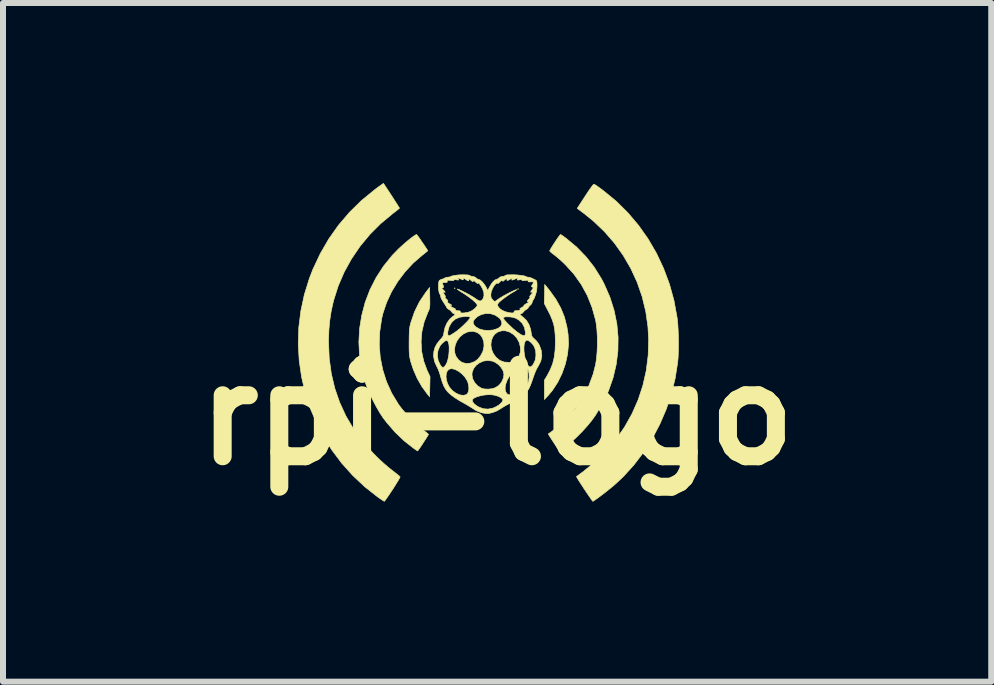
<source format=kicad_pcb>
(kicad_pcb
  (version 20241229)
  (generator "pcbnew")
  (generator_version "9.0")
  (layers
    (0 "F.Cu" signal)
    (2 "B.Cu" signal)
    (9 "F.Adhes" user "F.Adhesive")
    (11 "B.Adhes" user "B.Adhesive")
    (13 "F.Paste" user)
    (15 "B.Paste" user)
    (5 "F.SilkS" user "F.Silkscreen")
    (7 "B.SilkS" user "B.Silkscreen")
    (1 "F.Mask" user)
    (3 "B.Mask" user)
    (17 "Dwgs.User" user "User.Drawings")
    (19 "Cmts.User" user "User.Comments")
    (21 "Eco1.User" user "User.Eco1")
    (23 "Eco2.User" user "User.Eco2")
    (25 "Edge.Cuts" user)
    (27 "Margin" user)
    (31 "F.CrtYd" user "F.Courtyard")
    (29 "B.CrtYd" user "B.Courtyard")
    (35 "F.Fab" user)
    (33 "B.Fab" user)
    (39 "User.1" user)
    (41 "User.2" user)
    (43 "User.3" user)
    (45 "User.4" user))
  (footprint "rpi-logo"
    (layer "F.Cu")
    (at 5.092 2.622)
    (property "Reference" "rpi-logo" (at 0.14 1.24 0) (layer "F.SilkS") (effects (font (size 1.524 1.524) (thickness 0.3))))
    (attr through_hole)
    (fp_poly (pts (xy -0.559 -0.87) (xy -0.565 -0.864) (xy -0.572 -0.87) (xy -0.565 -0.876) (xy -0.559 -0.87)) (stroke (width 0.01) (type solid)) (fill yes) (layer "F.SilkS"))
    (fp_poly (pts (xy 0.495 -0.857) (xy 0.489 -0.851) (xy 0.483 -0.857) (xy 0.489 -0.864) (xy 0.495 -0.857)) (stroke (width 0.01) (type solid)) (fill yes) (layer "F.SilkS"))
    (fp_poly (pts (xy 1.017 -0.829) (xy 1.12 -0.685) (xy 1.201 -0.54) (xy 1.262 -0.389) (xy 1.303 -0.228) (xy 1.323 -0.099) (xy 1.33 0.06) (xy 1.315 0.224) (xy 1.279 0.388) (xy 1.223 0.548) (xy 1.15 0.698) (xy 1.06 0.835) (xy 0.99 0.918) (xy 0.928 0.984) (xy 0.928 0.824) (xy 0.927 0.663) (xy 0.972 0.59) (xy 1.025 0.489) (xy 1.065 0.39) (xy 1.091 0.285) (xy 1.106 0.168) (xy 1.111 0.034) (xy 1.111 0.025) (xy 1.108 -0.086) (xy 1.1 -0.179) (xy 1.085 -0.262) (xy 1.06 -0.341) (xy 1.025 -0.424) (xy 0.989 -0.495) (xy 0.926 -0.616) (xy 0.93 -0.775) (xy 0.933 -0.933) (xy 1.017 -0.829)) (stroke (width 0.01) (type solid)) (fill yes) (layer "F.SilkS"))
    (fp_poly (pts (xy -0.981 -0.714) (xy -0.98 -0.645) (xy -0.98 -0.595) (xy -0.983 -0.559) (xy -0.988 -0.529) (xy -0.998 -0.502) (xy -1.013 -0.469) (xy -1.014 -0.466) (xy -1.075 -0.309) (xy -1.113 -0.146) (xy -1.126 0.019) (xy -1.117 0.183) (xy -1.083 0.344) (xy -1.026 0.499) (xy -1.022 0.508) (xy -0.977 0.603) (xy -0.981 0.771) (xy -0.984 0.938) (xy -1.024 0.891) (xy -1.113 0.769) (xy -1.192 0.63) (xy -1.257 0.481) (xy -1.298 0.356) (xy -1.309 0.312) (xy -1.317 0.272) (xy -1.322 0.229) (xy -1.325 0.177) (xy -1.326 0.112) (xy -1.326 0.028) (xy -1.326 0.025) (xy -1.325 -0.062) (xy -1.323 -0.13) (xy -1.32 -0.183) (xy -1.314 -0.228) (xy -1.305 -0.269) (xy -1.298 -0.294) (xy -1.236 -0.476) (xy -1.154 -0.643) (xy -1.05 -0.798) (xy -1.041 -0.81) (xy -0.984 -0.883) (xy -0.981 -0.714)) (stroke (width 0.01) (type solid)) (fill yes) (layer "F.SilkS"))
    (fp_poly (pts (xy 1.21 -1.758) (xy 1.238 -1.739) (xy 1.276 -1.712) (xy 1.292 -1.7) (xy 1.468 -1.553) (xy 1.622 -1.394) (xy 1.758 -1.221) (xy 1.877 -1.03) (xy 1.924 -0.94) (xy 2.019 -0.723) (xy 2.089 -0.502) (xy 2.135 -0.278) (xy 2.156 -0.052) (xy 2.153 0.173) (xy 2.125 0.398) (xy 2.073 0.62) (xy 1.997 0.838) (xy 1.897 1.05) (xy 1.777 1.25) (xy 1.714 1.337) (xy 1.639 1.428) (xy 1.556 1.52) (xy 1.468 1.608) (xy 1.381 1.689) (xy 1.299 1.757) (xy 1.225 1.809) (xy 1.211 1.818) (xy 1.175 1.839) (xy 1.082 1.699) (xy 1.048 1.648) (xy 1.02 1.604) (xy 1.001 1.573) (xy 0.993 1.558) (xy 0.993 1.557) (xy 1.029 1.533) (xy 1.079 1.495) (xy 1.136 1.447) (xy 1.196 1.394) (xy 1.255 1.34) (xy 1.306 1.29) (xy 1.311 1.284) (xy 1.453 1.12) (xy 1.57 0.946) (xy 1.666 0.761) (xy 1.739 0.564) (xy 1.78 0.406) (xy 1.796 0.307) (xy 1.806 0.192) (xy 1.811 0.068) (xy 1.81 -0.058) (xy 1.803 -0.179) (xy 1.79 -0.286) (xy 1.781 -0.339) (xy 1.722 -0.55) (xy 1.643 -0.748) (xy 1.542 -0.933) (xy 1.419 -1.106) (xy 1.273 -1.267) (xy 1.269 -1.27) (xy 1.218 -1.319) (xy 1.165 -1.366) (xy 1.117 -1.406) (xy 1.088 -1.429) (xy 1.052 -1.456) (xy 1.027 -1.478) (xy 1.016 -1.491) (xy 1.016 -1.492) (xy 1.023 -1.507) (xy 1.04 -1.537) (xy 1.065 -1.578) (xy 1.095 -1.624) (xy 1.126 -1.671) (xy 1.155 -1.713) (xy 1.178 -1.745) (xy 1.193 -1.763) (xy 1.196 -1.765) (xy 1.21 -1.758)) (stroke (width 0.01) (type solid)) (fill yes) (layer "F.SilkS"))
    (fp_poly (pts (xy -1.193 -1.756) (xy -1.173 -1.729) (xy -1.146 -1.692) (xy -1.116 -1.647) (xy -1.084 -1.601) (xy -1.055 -1.558) (xy -1.032 -1.523) (xy -1.018 -1.5) (xy -1.016 -1.494) (xy -1.025 -1.485) (xy -1.051 -1.464) (xy -1.087 -1.435) (xy -1.108 -1.419) (xy -1.258 -1.289) (xy -1.394 -1.142) (xy -1.515 -0.981) (xy -1.619 -0.81) (xy -1.702 -0.63) (xy -1.763 -0.448) (xy -1.783 -0.363) (xy -1.815 -0.147) (xy -1.823 0.068) (xy -1.807 0.279) (xy -1.766 0.486) (xy -1.703 0.686) (xy -1.616 0.878) (xy -1.506 1.06) (xy -1.489 1.084) (xy -1.439 1.149) (xy -1.375 1.222) (xy -1.304 1.298) (xy -1.229 1.372) (xy -1.158 1.437) (xy -1.095 1.489) (xy -1.083 1.498) (xy -1.045 1.527) (xy -1.017 1.55) (xy -1.004 1.564) (xy -1.003 1.565) (xy -1.01 1.578) (xy -1.027 1.607) (xy -1.052 1.646) (xy -1.082 1.692) (xy -1.112 1.739) (xy -1.141 1.782) (xy -1.165 1.816) (xy -1.18 1.837) (xy -1.185 1.841) (xy -1.196 1.834) (xy -1.221 1.817) (xy -1.245 1.801) (xy -1.405 1.676) (xy -1.558 1.53) (xy -1.699 1.368) (xy -1.76 1.288) (xy -1.811 1.211) (xy -1.866 1.117) (xy -1.921 1.013) (xy -1.972 0.907) (xy -2.018 0.804) (xy -2.052 0.713) (xy -2.057 0.7) (xy -2.116 0.478) (xy -2.152 0.253) (xy -2.163 0.028) (xy -2.151 -0.197) (xy -2.115 -0.418) (xy -2.058 -0.635) (xy -1.978 -0.845) (xy -1.876 -1.046) (xy -1.753 -1.236) (xy -1.61 -1.414) (xy -1.501 -1.526) (xy -1.449 -1.574) (xy -1.394 -1.623) (xy -1.339 -1.669) (xy -1.289 -1.709) (xy -1.246 -1.74) (xy -1.215 -1.76) (xy -1.202 -1.765) (xy -1.193 -1.756)) (stroke (width 0.01) (type solid)) (fill yes) (layer "F.SilkS"))
    (fp_poly (pts (xy -1.619 -2.413) (xy -1.578 -2.349) (xy -1.542 -2.293) (xy -1.513 -2.248) (xy -1.494 -2.217) (xy -1.486 -2.204) (xy -1.486 -2.204) (xy -1.495 -2.195) (xy -1.521 -2.174) (xy -1.559 -2.144) (xy -1.597 -2.115) (xy -1.798 -1.948) (xy -1.98 -1.766) (xy -2.143 -1.569) (xy -2.286 -1.359) (xy -2.408 -1.138) (xy -2.507 -0.908) (xy -2.583 -0.669) (xy -2.591 -0.637) (xy -2.625 -0.483) (xy -2.648 -0.333) (xy -2.662 -0.179) (xy -2.668 -0.011) (xy -2.668 0.032) (xy -2.657 0.298) (xy -2.622 0.553) (xy -2.564 0.798) (xy -2.483 1.033) (xy -2.379 1.259) (xy -2.251 1.475) (xy -2.099 1.682) (xy -1.923 1.881) (xy -1.871 1.933) (xy -1.81 1.992) (xy -1.741 2.055) (xy -1.672 2.114) (xy -1.612 2.162) (xy -1.607 2.166) (xy -1.558 2.204) (xy -1.517 2.236) (xy -1.489 2.26) (xy -1.476 2.273) (xy -1.476 2.273) (xy -1.481 2.287) (xy -1.498 2.317) (xy -1.524 2.36) (xy -1.556 2.412) (xy -1.592 2.469) (xy -1.63 2.526) (xy -1.665 2.579) (xy -1.697 2.625) (xy -1.721 2.659) (xy -1.736 2.678) (xy -1.739 2.68) (xy -1.753 2.673) (xy -1.782 2.654) (xy -1.822 2.627) (xy -1.849 2.608) (xy -2.065 2.438) (xy -2.267 2.248) (xy -2.452 2.041) (xy -2.618 1.819) (xy -2.764 1.584) (xy -2.851 1.416) (xy -2.964 1.152) (xy -3.053 0.884) (xy -3.117 0.612) (xy -3.157 0.337) (xy -3.173 0.061) (xy -3.164 -0.215) (xy -3.13 -0.489) (xy -3.072 -0.761) (xy -2.989 -1.029) (xy -2.928 -1.187) (xy -2.805 -1.448) (xy -2.663 -1.693) (xy -2.501 -1.922) (xy -2.319 -2.135) (xy -2.117 -2.333) (xy -1.895 -2.515) (xy -1.826 -2.566) (xy -1.753 -2.617) (xy -1.619 -2.413)) (stroke (width 0.01) (type solid)) (fill yes) (layer "F.SilkS"))
    (fp_poly (pts (xy 1.769 -2.596) (xy 1.8 -2.576) (xy 1.842 -2.546) (xy 1.893 -2.509) (xy 1.91 -2.496) (xy 2.123 -2.321) (xy 2.319 -2.127) (xy 2.497 -1.917) (xy 2.656 -1.692) (xy 2.795 -1.453) (xy 2.913 -1.202) (xy 3.011 -0.94) (xy 3.086 -0.669) (xy 3.137 -0.391) (xy 3.143 -0.352) (xy 3.151 -0.266) (xy 3.157 -0.162) (xy 3.161 -0.047) (xy 3.162 0.071) (xy 3.16 0.185) (xy 3.156 0.287) (xy 3.149 0.362) (xy 3.108 0.627) (xy 3.044 0.89) (xy 2.958 1.147) (xy 2.851 1.396) (xy 2.725 1.635) (xy 2.582 1.861) (xy 2.421 2.073) (xy 2.245 2.267) (xy 2.127 2.378) (xy 2.081 2.419) (xy 2.026 2.464) (xy 1.968 2.511) (xy 1.909 2.557) (xy 1.853 2.599) (xy 1.804 2.635) (xy 1.765 2.662) (xy 1.741 2.678) (xy 1.735 2.68) (xy 1.725 2.67) (xy 1.705 2.641) (xy 1.675 2.598) (xy 1.638 2.544) (xy 1.596 2.481) (xy 1.592 2.476) (xy 1.551 2.412) (xy 1.515 2.357) (xy 1.487 2.312) (xy 1.469 2.281) (xy 1.462 2.268) (xy 1.462 2.268) (xy 1.474 2.26) (xy 1.501 2.24) (xy 1.539 2.211) (xy 1.562 2.195) (xy 1.768 2.028) (xy 1.954 1.846) (xy 2.12 1.65) (xy 2.265 1.441) (xy 2.388 1.221) (xy 2.49 0.99) (xy 2.569 0.75) (xy 2.625 0.502) (xy 2.657 0.248) (xy 2.665 -0.012) (xy 2.653 -0.229) (xy 2.617 -0.482) (xy 2.557 -0.729) (xy 2.474 -0.968) (xy 2.368 -1.198) (xy 2.241 -1.417) (xy 2.093 -1.624) (xy 1.926 -1.816) (xy 1.74 -1.993) (xy 1.59 -2.114) (xy 1.475 -2.2) (xy 1.546 -2.309) (xy 1.609 -2.406) (xy 1.659 -2.482) (xy 1.698 -2.538) (xy 1.726 -2.576) (xy 1.745 -2.598) (xy 1.754 -2.603) (xy 1.769 -2.596)) (stroke (width 0.01) (type solid)) (fill yes) (layer "F.SilkS"))
    (fp_poly (pts (xy 0.425 -1.094) (xy 0.477 -1.091) (xy 0.529 -1.085) (xy 0.573 -1.079) (xy 0.605 -1.072) (xy 0.614 -1.067) (xy 0.636 -1.057) (xy 0.658 -1.054) (xy 0.69 -1.048) (xy 0.727 -1.034) (xy 0.728 -1.033) (xy 0.761 -1.016) (xy 0.786 -1.004) (xy 0.787 -1.003) (xy 0.799 -0.989) (xy 0.804 -0.959) (xy 0.805 -0.919) (xy 0.803 -0.873) (xy 0.799 -0.833) (xy 0.796 -0.815) (xy 0.779 -0.758) (xy 0.761 -0.709) (xy 0.743 -0.676) (xy 0.74 -0.672) (xy 0.726 -0.646) (xy 0.724 -0.632) (xy 0.715 -0.61) (xy 0.692 -0.587) (xy 0.692 -0.586) (xy 0.67 -0.565) (xy 0.66 -0.547) (xy 0.66 -0.547) (xy 0.65 -0.532) (xy 0.629 -0.518) (xy 0.597 -0.496) (xy 0.578 -0.474) (xy 0.557 -0.452) (xy 0.539 -0.445) (xy 0.522 -0.44) (xy 0.528 -0.425) (xy 0.556 -0.4) (xy 0.576 -0.385) (xy 0.629 -0.334) (xy 0.671 -0.265) (xy 0.699 -0.185) (xy 0.707 -0.134) (xy 0.714 -0.091) (xy 0.725 -0.062) (xy 0.747 -0.038) (xy 0.763 -0.024) (xy 0.797 0.01) (xy 0.83 0.055) (xy 0.844 0.08) (xy 0.877 0.17) (xy 0.885 0.257) (xy 0.869 0.342) (xy 0.827 0.427) (xy 0.819 0.438) (xy 0.796 0.48) (xy 0.771 0.537) (xy 0.747 0.602) (xy 0.736 0.635) (xy 0.715 0.696) (xy 0.692 0.755) (xy 0.67 0.802) (xy 0.657 0.823) (xy 0.63 0.857) (xy 0.595 0.892) (xy 0.558 0.923) (xy 0.526 0.945) (xy 0.505 0.953) (xy 0.489 0.96) (xy 0.462 0.978) (xy 0.447 0.99) (xy 0.408 1.017) (xy 0.359 1.046) (xy 0.33 1.06) (xy 0.278 1.088) (xy 0.223 1.121) (xy 0.199 1.137) (xy 0.136 1.174) (xy 0.066 1.201) (xy -0.00003 1.217) (xy -0.031 1.218) (xy -0.067 1.214) (xy -0.113 1.206) (xy -0.13 1.201) (xy -0.178 1.183) (xy -0.228 1.158) (xy -0.242 1.148) (xy -0.28 1.124) (xy -0.33 1.093) (xy -0.381 1.063) (xy -0.386 1.06) (xy -0.487 1.003) (xy -0.51 0.988) (xy -0.273 0.988) (xy -0.271 1.017) (xy -0.247 1.051) (xy -0.203 1.087) (xy -0.174 1.105) (xy -0.094 1.137) (xy -0.011 1.144) (xy 0.073 1.127) (xy 0.109 1.111) (xy 0.164 1.08) (xy 0.205 1.046) (xy 0.231 1.014) (xy 0.236 0.988) (xy 0.234 0.981) (xy 0.205 0.953) (xy 0.158 0.93) (xy 0.098 0.912) (xy 0.051 0.905) (xy -0.012 0.904) (xy -0.079 0.91) (xy -0.143 0.923) (xy -0.2 0.94) (xy -0.245 0.961) (xy -0.27 0.983) (xy -0.273 0.988) (xy -0.51 0.988) (xy -0.568 0.952) (xy -0.631 0.905) (xy -0.681 0.859) (xy -0.719 0.811) (xy -0.749 0.757) (xy -0.774 0.693) (xy -0.797 0.618) (xy -0.801 0.603) (xy -0.801 0.603) (xy -0.711 0.603) (xy -0.704 0.661) (xy -0.685 0.72) (xy -0.655 0.777) (xy -0.613 0.827) (xy -0.603 0.837) (xy -0.543 0.88) (xy -0.484 0.906) (xy -0.428 0.915) (xy -0.381 0.906) (xy -0.356 0.889) (xy -0.338 0.855) (xy -0.33 0.807) (xy -0.334 0.75) (xy -0.348 0.694) (xy -0.355 0.677) (xy -0.391 0.617) (xy -0.431 0.572) (xy -0.279 0.572) (xy -0.267 0.639) (xy -0.233 0.703) (xy -0.183 0.757) (xy -0.12 0.796) (xy -0.114 0.799) (xy -0.065 0.809) (xy -0.004 0.811) (xy 0.057 0.804) (xy 0.093 0.793) (xy 0.273 0.793) (xy 0.279 0.845) (xy 0.3 0.884) (xy 0.321 0.899) (xy 0.373 0.912) (xy 0.432 0.909) (xy 0.475 0.897) (xy 0.53 0.864) (xy 0.584 0.817) (xy 0.629 0.763) (xy 0.647 0.732) (xy 0.666 0.676) (xy 0.673 0.613) (xy 0.671 0.55) (xy 0.659 0.492) (xy 0.638 0.446) (xy 0.611 0.42) (xy 0.575 0.414) (xy 0.53 0.428) (xy 0.479 0.457) (xy 0.426 0.501) (xy 0.376 0.555) (xy 0.345 0.597) (xy 0.307 0.665) (xy 0.283 0.732) (xy 0.273 0.793) (xy 0.093 0.793) (xy 0.108 0.789) (xy 0.108 0.789) (xy 0.169 0.749) (xy 0.216 0.692) (xy 0.246 0.625) (xy 0.254 0.565) (xy 0.242 0.51) (xy 0.21 0.454) (xy 0.164 0.403) (xy 0.108 0.364) (xy 0.06 0.344) (xy -0.015 0.334) (xy -0.088 0.344) (xy -0.154 0.373) (xy -0.21 0.415) (xy -0.252 0.47) (xy -0.276 0.534) (xy -0.279 0.572) (xy -0.431 0.572) (xy -0.441 0.562) (xy -0.498 0.516) (xy -0.558 0.484) (xy -0.613 0.47) (xy -0.62 0.47) (xy -0.661 0.48) (xy -0.69 0.509) (xy -0.706 0.551) (xy -0.711 0.603) (xy -0.801 0.603) (xy -0.818 0.544) (xy -0.839 0.487) (xy -0.86 0.442) (xy -0.866 0.432) (xy -0.902 0.352) (xy -0.918 0.265) (xy -0.918 0.252) (xy -0.855 0.252) (xy -0.842 0.333) (xy -0.806 0.41) (xy -0.805 0.41) (xy -0.78 0.442) (xy -0.759 0.451) (xy -0.738 0.437) (xy -0.715 0.408) (xy -0.694 0.366) (xy -0.678 0.312) (xy -0.666 0.251) (xy -0.66 0.188) (xy -0.659 0.139) (xy -0.569 0.139) (xy -0.564 0.211) (xy -0.544 0.266) (xy -0.499 0.327) (xy -0.443 0.367) (xy -0.377 0.384) (xy -0.305 0.379) (xy -0.233 0.352) (xy -0.183 0.314) (xy -0.137 0.259) (xy -0.102 0.194) (xy -0.094 0.174) (xy -0.078 0.095) (xy -0.079 0.074) (xy 0.037 0.074) (xy 0.047 0.145) (xy 0.075 0.215) (xy 0.121 0.279) (xy 0.124 0.282) (xy 0.186 0.333) (xy 0.258 0.36) (xy 0.34 0.365) (xy 0.387 0.361) (xy 0.419 0.352) (xy 0.445 0.334) (xy 0.462 0.319) (xy 0.507 0.259) (xy 0.529 0.189) (xy 0.528 0.111) (xy 0.587 0.111) (xy 0.588 0.174) (xy 0.596 0.241) (xy 0.61 0.308) (xy 0.63 0.368) (xy 0.655 0.416) (xy 0.677 0.439) (xy 0.7 0.44) (xy 0.727 0.418) (xy 0.746 0.392) (xy 0.775 0.328) (xy 0.787 0.252) (xy 0.783 0.176) (xy 0.762 0.108) (xy 0.737 0.069) (xy 0.704 0.033) (xy 0.67 0.007) (xy 0.64 -0.005) (xy 0.628 -0.004) (xy 0.607 0.017) (xy 0.593 0.057) (xy 0.587 0.111) (xy 0.528 0.111) (xy 0.528 0.11) (xy 0.508 0.033) (xy 0.469 -0.039) (xy 0.415 -0.098) (xy 0.35 -0.139) (xy 0.279 -0.161) (xy 0.222 -0.162) (xy 0.156 -0.143) (xy 0.104 -0.107) (xy 0.066 -0.056) (xy 0.044 0.006) (xy 0.037 0.074) (xy -0.079 0.074) (xy -0.082 0.022) (xy -0.104 -0.043) (xy -0.141 -0.096) (xy -0.193 -0.133) (xy -0.256 -0.151) (xy -0.279 -0.152) (xy -0.353 -0.141) (xy -0.42 -0.109) (xy -0.478 -0.061) (xy -0.523 -0.001) (xy -0.555 0.067) (xy -0.569 0.139) (xy -0.659 0.139) (xy -0.658 0.126) (xy -0.662 0.073) (xy -0.672 0.031) (xy -0.687 0.005) (xy -0.7 0) (xy -0.726 0.009) (xy -0.759 0.034) (xy -0.792 0.067) (xy -0.814 0.097) (xy -0.846 0.172) (xy -0.855 0.252) (xy -0.918 0.252) (xy -0.914 0.187) (xy -0.895 0.117) (xy -0.863 0.056) (xy -0.814 -0.005) (xy -0.807 -0.013) (xy -0.774 -0.05) (xy -0.756 -0.082) (xy -0.75 -0.108) (xy -0.683 -0.108) (xy -0.674 -0.082) (xy -0.662 -0.076) (xy -0.647 -0.083) (xy -0.617 -0.1) (xy -0.578 -0.124) (xy -0.574 -0.127) (xy -0.532 -0.156) (xy -0.485 -0.194) (xy -0.437 -0.237) (xy -0.392 -0.28) (xy -0.388 -0.284) (xy -0.258 -0.284) (xy -0.236 -0.248) (xy -0.213 -0.226) (xy -0.157 -0.192) (xy -0.086 -0.172) (xy -0.005 -0.166) (xy 0.078 -0.175) (xy 0.094 -0.179) (xy 0.157 -0.202) (xy 0.199 -0.235) (xy 0.219 -0.274) (xy 0.216 -0.317) (xy 0.189 -0.361) (xy 0.175 -0.376) (xy 0.241 -0.376) (xy 0.25 -0.357) (xy 0.275 -0.326) (xy 0.312 -0.286) (xy 0.356 -0.243) (xy 0.404 -0.198) (xy 0.452 -0.158) (xy 0.484 -0.134) (xy 0.537 -0.097) (xy 0.576 -0.08) (xy 0.6 -0.082) (xy 0.611 -0.102) (xy 0.612 -0.133) (xy 0.595 -0.218) (xy 0.558 -0.287) (xy 0.5 -0.342) (xy 0.451 -0.37) (xy 0.412 -0.383) (xy 0.367 -0.391) (xy 0.32 -0.394) (xy 0.28 -0.393) (xy 0.251 -0.386) (xy 0.241 -0.376) (xy 0.175 -0.376) (xy 0.174 -0.376) (xy 0.109 -0.421) (xy 0.034 -0.445) (xy -0.043 -0.449) (xy -0.119 -0.433) (xy -0.187 -0.398) (xy -0.234 -0.355) (xy -0.257 -0.318) (xy -0.258 -0.284) (xy -0.388 -0.284) (xy -0.353 -0.32) (xy -0.324 -0.354) (xy -0.309 -0.377) (xy -0.308 -0.384) (xy -0.323 -0.394) (xy -0.36 -0.399) (xy -0.395 -0.399) (xy -0.483 -0.387) (xy -0.558 -0.355) (xy -0.616 -0.302) (xy -0.658 -0.232) (xy -0.679 -0.156) (xy -0.683 -0.108) (xy -0.75 -0.108) (xy -0.747 -0.121) (xy -0.745 -0.139) (xy -0.727 -0.218) (xy -0.694 -0.292) (xy -0.65 -0.354) (xy -0.614 -0.387) (xy -0.576 -0.416) (xy -0.561 -0.435) (xy -0.567 -0.444) (xy -0.578 -0.445) (xy -0.598 -0.454) (xy -0.617 -0.476) (xy -0.64 -0.502) (xy -0.662 -0.515) (xy -0.687 -0.532) (xy -0.7 -0.55) (xy -0.714 -0.576) (xy -0.737 -0.612) (xy -0.756 -0.641) (xy -0.78 -0.68) (xy -0.796 -0.714) (xy -0.8 -0.733) (xy -0.805 -0.758) (xy -0.811 -0.767) (xy -0.823 -0.787) (xy -0.831 -0.824) (xy -0.836 -0.87) (xy -0.836 -0.873) (xy -0.783 -0.873) (xy -0.778 -0.863) (xy -0.759 -0.845) (xy -0.733 -0.819) (xy -0.725 -0.804) (xy -0.736 -0.802) (xy -0.743 -0.805) (xy -0.759 -0.808) (xy -0.759 -0.797) (xy -0.743 -0.771) (xy -0.736 -0.761) (xy -0.72 -0.735) (xy -0.723 -0.724) (xy -0.726 -0.723) (xy -0.729 -0.716) (xy -0.714 -0.698) (xy -0.706 -0.691) (xy -0.683 -0.667) (xy -0.68 -0.653) (xy -0.686 -0.648) (xy -0.689 -0.637) (xy -0.671 -0.622) (xy -0.653 -0.611) (xy -0.627 -0.596) (xy -0.617 -0.586) (xy -0.619 -0.585) (xy -0.635 -0.579) (xy -0.63 -0.567) (xy -0.609 -0.552) (xy -0.59 -0.544) (xy -0.56 -0.529) (xy -0.551 -0.513) (xy -0.552 -0.512) (xy -0.547 -0.5) (xy -0.521 -0.495) (xy -0.513 -0.495) (xy -0.483 -0.493) (xy -0.473 -0.484) (xy -0.474 -0.476) (xy -0.469 -0.463) (xy -0.444 -0.457) (xy -0.403 -0.459) (xy -0.349 -0.468) (xy -0.334 -0.472) (xy -0.294 -0.488) (xy -0.253 -0.514) (xy -0.218 -0.544) (xy -0.195 -0.574) (xy -0.191 -0.59) (xy -0.201 -0.61) (xy -0.229 -0.641) (xy -0.272 -0.679) (xy -0.326 -0.72) (xy -0.386 -0.763) (xy -0.437 -0.795) (xy -0.48 -0.822) (xy -0.51 -0.843) (xy -0.524 -0.855) (xy -0.521 -0.857) (xy -0.486 -0.844) (xy -0.436 -0.82) (xy -0.378 -0.791) (xy -0.318 -0.758) (xy -0.264 -0.726) (xy -0.221 -0.698) (xy -0.211 -0.691) (xy -0.17 -0.664) (xy -0.14 -0.657) (xy -0.115 -0.669) (xy -0.096 -0.693) (xy -0.079 -0.741) (xy -0.079 -0.75) (xy 0.034 -0.75) (xy 0.042 -0.71) (xy 0.066 -0.677) (xy 0.07 -0.673) (xy 0.1 -0.645) (xy 0.161 -0.689) (xy 0.195 -0.711) (xy 0.24 -0.738) (xy 0.291 -0.766) (xy 0.343 -0.794) (xy 0.392 -0.818) (xy 0.432 -0.836) (xy 0.458 -0.846) (xy 0.466 -0.846) (xy 0.46 -0.837) (xy 0.438 -0.823) (xy 0.43 -0.818) (xy 0.387 -0.794) (xy 0.334 -0.76) (xy 0.279 -0.721) (xy 0.228 -0.683) (xy 0.188 -0.65) (xy 0.173 -0.636) (xy 0.151 -0.608) (xy 0.148 -0.583) (xy 0.163 -0.555) (xy 0.195 -0.522) (xy 0.225 -0.502) (xy 0.264 -0.484) (xy 0.308 -0.47) (xy 0.352 -0.461) (xy 0.39 -0.457) (xy 0.416 -0.461) (xy 0.425 -0.472) (xy 0.424 -0.476) (xy 0.425 -0.49) (xy 0.445 -0.495) (xy 0.455 -0.495) (xy 0.493 -0.498) (xy 0.518 -0.505) (xy 0.526 -0.515) (xy 0.521 -0.521) (xy 0.52 -0.531) (xy 0.542 -0.544) (xy 0.545 -0.546) (xy 0.572 -0.561) (xy 0.584 -0.576) (xy 0.584 -0.577) (xy 0.595 -0.592) (xy 0.621 -0.61) (xy 0.632 -0.616) (xy 0.66 -0.631) (xy 0.666 -0.64) (xy 0.656 -0.645) (xy 0.643 -0.65) (xy 0.645 -0.661) (xy 0.663 -0.682) (xy 0.668 -0.687) (xy 0.687 -0.711) (xy 0.689 -0.723) (xy 0.686 -0.724) (xy 0.681 -0.731) (xy 0.696 -0.752) (xy 0.702 -0.76) (xy 0.729 -0.79) (xy 0.735 -0.806) (xy 0.723 -0.806) (xy 0.718 -0.805) (xy 0.701 -0.803) (xy 0.703 -0.817) (xy 0.725 -0.848) (xy 0.725 -0.849) (xy 0.741 -0.872) (xy 0.742 -0.883) (xy 0.731 -0.887) (xy 0.714 -0.895) (xy 0.716 -0.913) (xy 0.73 -0.934) (xy 0.746 -0.961) (xy 0.742 -0.974) (xy 0.717 -0.977) (xy 0.7 -0.976) (xy 0.668 -0.975) (xy 0.657 -0.981) (xy 0.658 -0.989) (xy 0.658 -1) (xy 0.643 -1.003) (xy 0.608 -1) (xy 0.605 -0.999) (xy 0.568 -0.996) (xy 0.553 -0.999) (xy 0.554 -1.005) (xy 0.552 -1.013) (xy 0.53 -1.013) (xy 0.514 -1.01) (xy 0.484 -1.006) (xy 0.474 -1.008) (xy 0.48 -1.019) (xy 0.482 -1.021) (xy 0.492 -1.036) (xy 0.486 -1.04) (xy 0.461 -1.032) (xy 0.436 -1.022) (xy 0.403 -1.009) (xy 0.387 -1.005) (xy 0.385 -1.012) (xy 0.39 -1.025) (xy 0.392 -1.036) (xy 0.381 -1.034) (xy 0.353 -1.018) (xy 0.352 -1.017) (xy 0.32 -1) (xy 0.305 -1) (xy 0.303 -1.015) (xy 0.303 -1.019) (xy 0.298 -1.029) (xy 0.282 -1.022) (xy 0.26 -1.003) (xy 0.241 -0.987) (xy 0.228 -0.991) (xy 0.226 -0.993) (xy 0.214 -0.999) (xy 0.196 -0.986) (xy 0.186 -0.975) (xy 0.163 -0.952) (xy 0.147 -0.951) (xy 0.144 -0.954) (xy 0.129 -0.953) (xy 0.109 -0.934) (xy 0.085 -0.903) (xy 0.064 -0.865) (xy 0.047 -0.825) (xy 0.041 -0.805) (xy 0.034 -0.75) (xy -0.079 -0.75) (xy -0.081 -0.8) (xy -0.101 -0.857) (xy -0.122 -0.896) (xy -0.143 -0.929) (xy -0.162 -0.952) (xy -0.174 -0.959) (xy -0.178 -0.953) (xy -0.185 -0.947) (xy -0.206 -0.962) (xy -0.213 -0.969) (xy -0.24 -0.992) (xy -0.258 -1.003) (xy -0.265 -1) (xy -0.26 -0.991) (xy -0.257 -0.979) (xy -0.269 -0.981) (xy -0.29 -0.996) (xy -0.301 -1.006) (xy -0.321 -1.023) (xy -0.329 -1.022) (xy -0.33 -1.012) (xy -0.334 -0.994) (xy -0.349 -0.995) (xy -0.378 -1.013) (xy -0.381 -1.016) (xy -0.412 -1.037) (xy -0.426 -1.039) (xy -0.424 -1.022) (xy -0.422 -1.011) (xy -0.432 -1.011) (xy -0.459 -1.021) (xy -0.462 -1.022) (xy -0.499 -1.037) (xy -0.516 -1.04) (xy -0.515 -1.032) (xy -0.507 -1.021) (xy -0.499 -1.009) (xy -0.507 -1.006) (xy -0.535 -1.01) (xy -0.539 -1.01) (xy -0.571 -1.014) (xy -0.581 -1.009) (xy -0.579 -1.006) (xy -0.583 -0.998) (xy -0.608 -0.997) (xy -0.635 -0.999) (xy -0.672 -1.003) (xy -0.69 -1.001) (xy -0.693 -0.992) (xy -0.691 -0.986) (xy -0.69 -0.972) (xy -0.706 -0.966) (xy -0.73 -0.965) (xy -0.761 -0.963) (xy -0.771 -0.956) (xy -0.768 -0.943) (xy -0.754 -0.905) (xy -0.753 -0.884) (xy -0.763 -0.876) (xy -0.77 -0.876) (xy -0.783 -0.873) (xy -0.836 -0.873) (xy -0.837 -0.919) (xy -0.834 -0.963) (xy -0.826 -0.993) (xy -0.822 -1) (xy -0.797 -1.014) (xy -0.778 -1.02) (xy -0.748 -1.03) (xy -0.734 -1.039) (xy -0.711 -1.05) (xy -0.679 -1.054) (xy -0.647 -1.058) (xy -0.627 -1.068) (xy -0.608 -1.075) (xy -0.572 -1.082) (xy -0.525 -1.089) (xy -0.475 -1.093) (xy -0.43 -1.094) (xy -0.425 -1.094) (xy -0.394 -1.093) (xy -0.359 -1.092) (xy -0.329 -1.088) (xy -0.311 -1.079) (xy -0.311 -1.079) (xy -0.294 -1.07) (xy -0.268 -1.067) (xy -0.233 -1.058) (xy -0.21 -1.041) (xy -0.185 -1.022) (xy -0.166 -1.016) (xy -0.141 -1.006) (xy -0.11 -0.979) (xy -0.078 -0.941) (xy -0.049 -0.898) (xy -0.041 -0.883) (xy -0.016 -0.833) (xy 0.011 -0.885) (xy 0.041 -0.936) (xy 0.073 -0.979) (xy 0.104 -1.007) (xy 0.126 -1.016) (xy 0.151 -1.025) (xy 0.171 -1.041) (xy 0.201 -1.061) (xy 0.23 -1.067) (xy 0.258 -1.071) (xy 0.273 -1.08) (xy 0.291 -1.089) (xy 0.315 -1.093) (xy 0.355 -1.093) (xy 0.381 -1.094) (xy 0.425 -1.094)) (stroke (width 0.01) (type solid)) (fill yes) (layer "F.SilkS")))
  (gr_rect
    (start -3 -3)
    (end 13.465 8.307)
    (stroke (width 0.1) (type default))
    (fill no)
    (layer "Edge.Cuts")))
</source>
